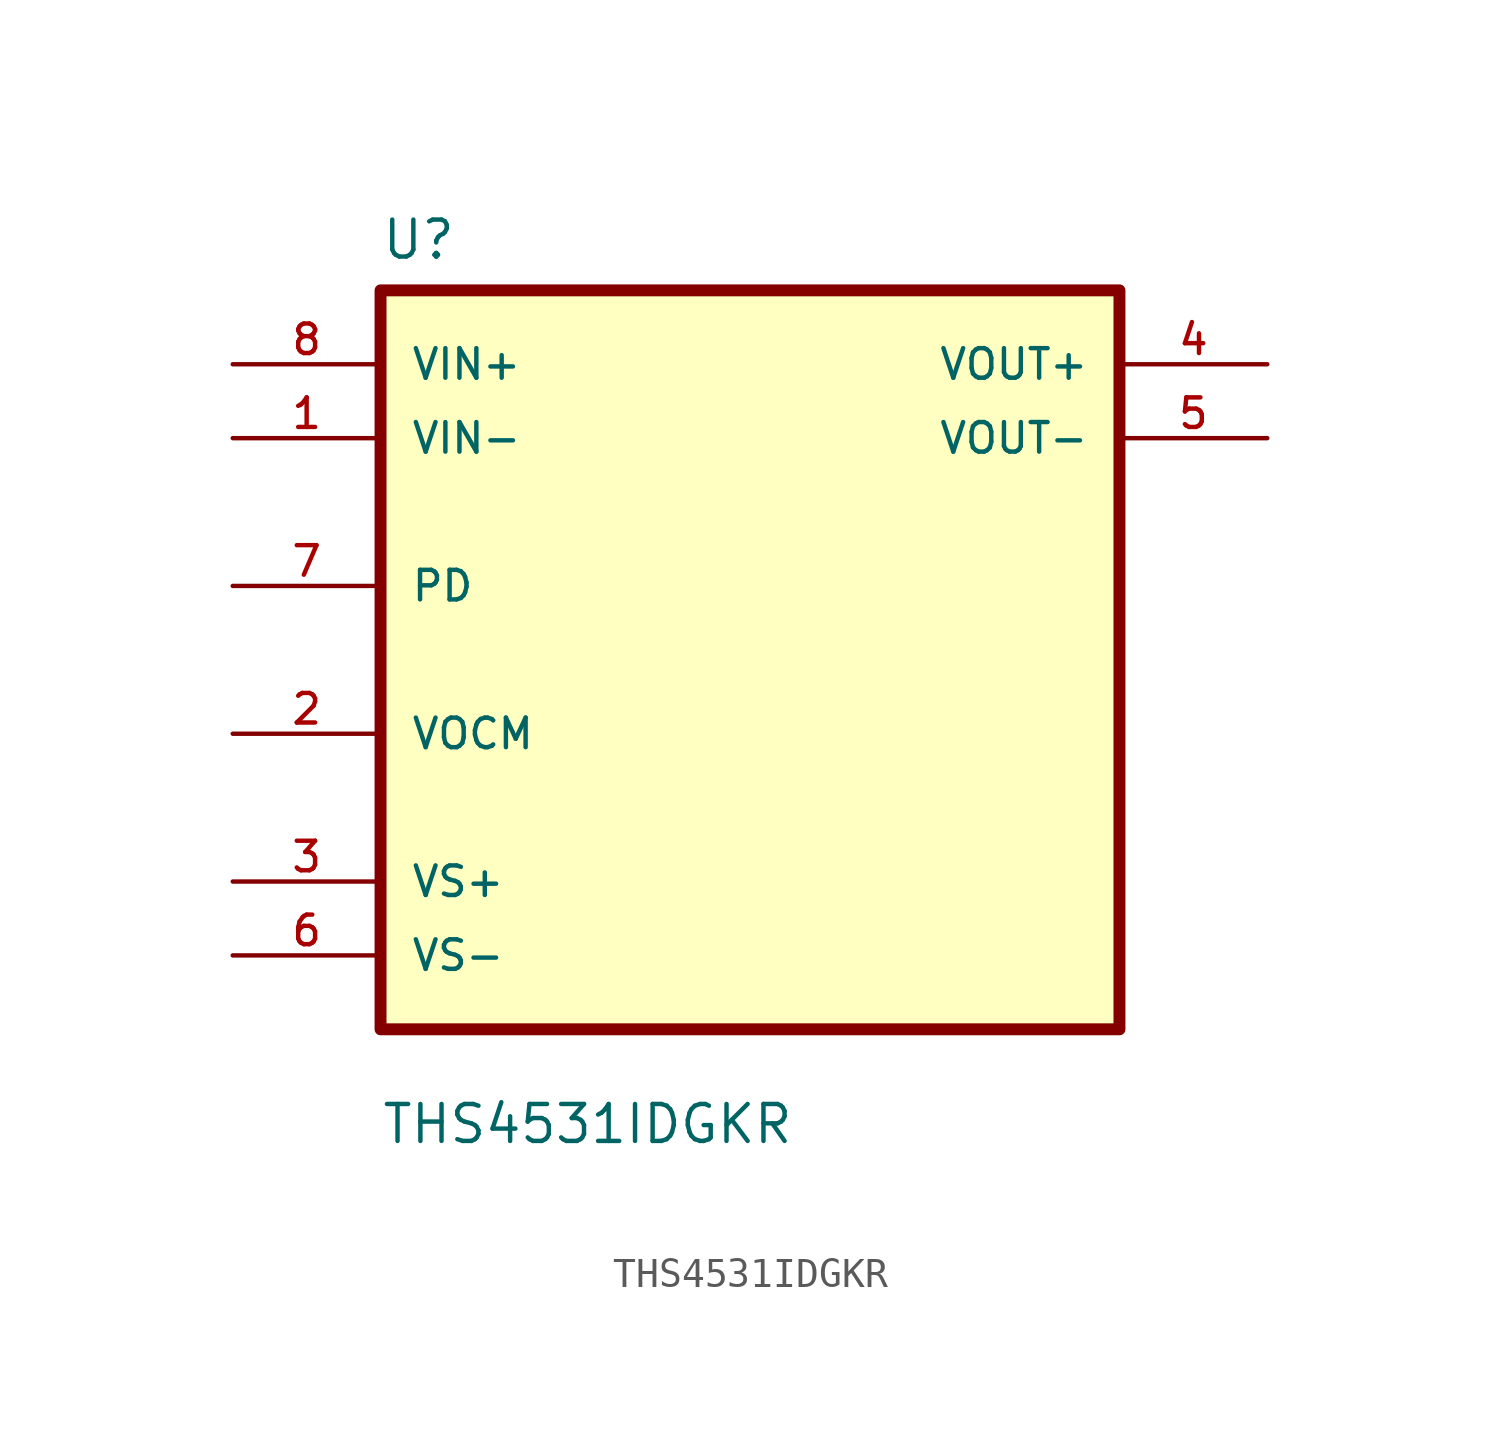
<source format=kicad_sym>
(kicad_symbol_lib
  (version 20211014)
  (generator kicad_symbol_editor)
  (symbol "THS4531IDGKR"
    (pin_names
      (offset 1.016))
    (property "Reference" "U"
      (at -12.7 13.7 0.0)
      (effects (font (size 1.27 1.27)) (justify bottom left)))
    (property "Value" "THS4531IDGKR"
      (at -12.7 -16.7 0.0)
      (effects (font (size 1.27 1.27)) (justify bottom left)))
    (symbol "THS4531IDGKR_0_0"
      (rectangle (start -12.7 -12.7) (end 12.7 12.7) (stroke (width 0.41)) (fill (type background)))
      (pin input line (at -17.78 10.16 0) (length 5.08) (name "VIN+" (effects (font (size 1.016 1.016)))) (number "8" (effects (font (size 1.016 1.016)))))
      (pin input line (at -17.78 7.62 0) (length 5.08) (name "VIN-" (effects (font (size 1.016 1.016)))) (number "1" (effects (font (size 1.016 1.016)))))
      (pin bidirectional line (at -17.78 2.54 0) (length 5.08) (name "PD" (effects (font (size 1.016 1.016)))) (number "7" (effects (font (size 1.016 1.016)))))
      (pin bidirectional line (at -17.78 -2.54 0) (length 5.08) (name "VOCM" (effects (font (size 1.016 1.016)))) (number "2" (effects (font (size 1.016 1.016)))))
      (pin bidirectional line (at -17.78 -7.62 0) (length 5.08) (name "VS+" (effects (font (size 1.016 1.016)))) (number "3" (effects (font (size 1.016 1.016)))))
      (pin bidirectional line (at -17.78 -10.16 0) (length 5.08) (name "VS-" (effects (font (size 1.016 1.016)))) (number "6" (effects (font (size 1.016 1.016)))))
      (pin output line (at 17.78 10.16 180.0) (length 5.08) (name "VOUT+" (effects (font (size 1.016 1.016)))) (number "4" (effects (font (size 1.016 1.016)))))
      (pin output line (at 17.78 7.62 180.0) (length 5.08) (name "VOUT-" (effects (font (size 1.016 1.016)))) (number "5" (effects (font (size 1.016 1.016))))))))
</source>
